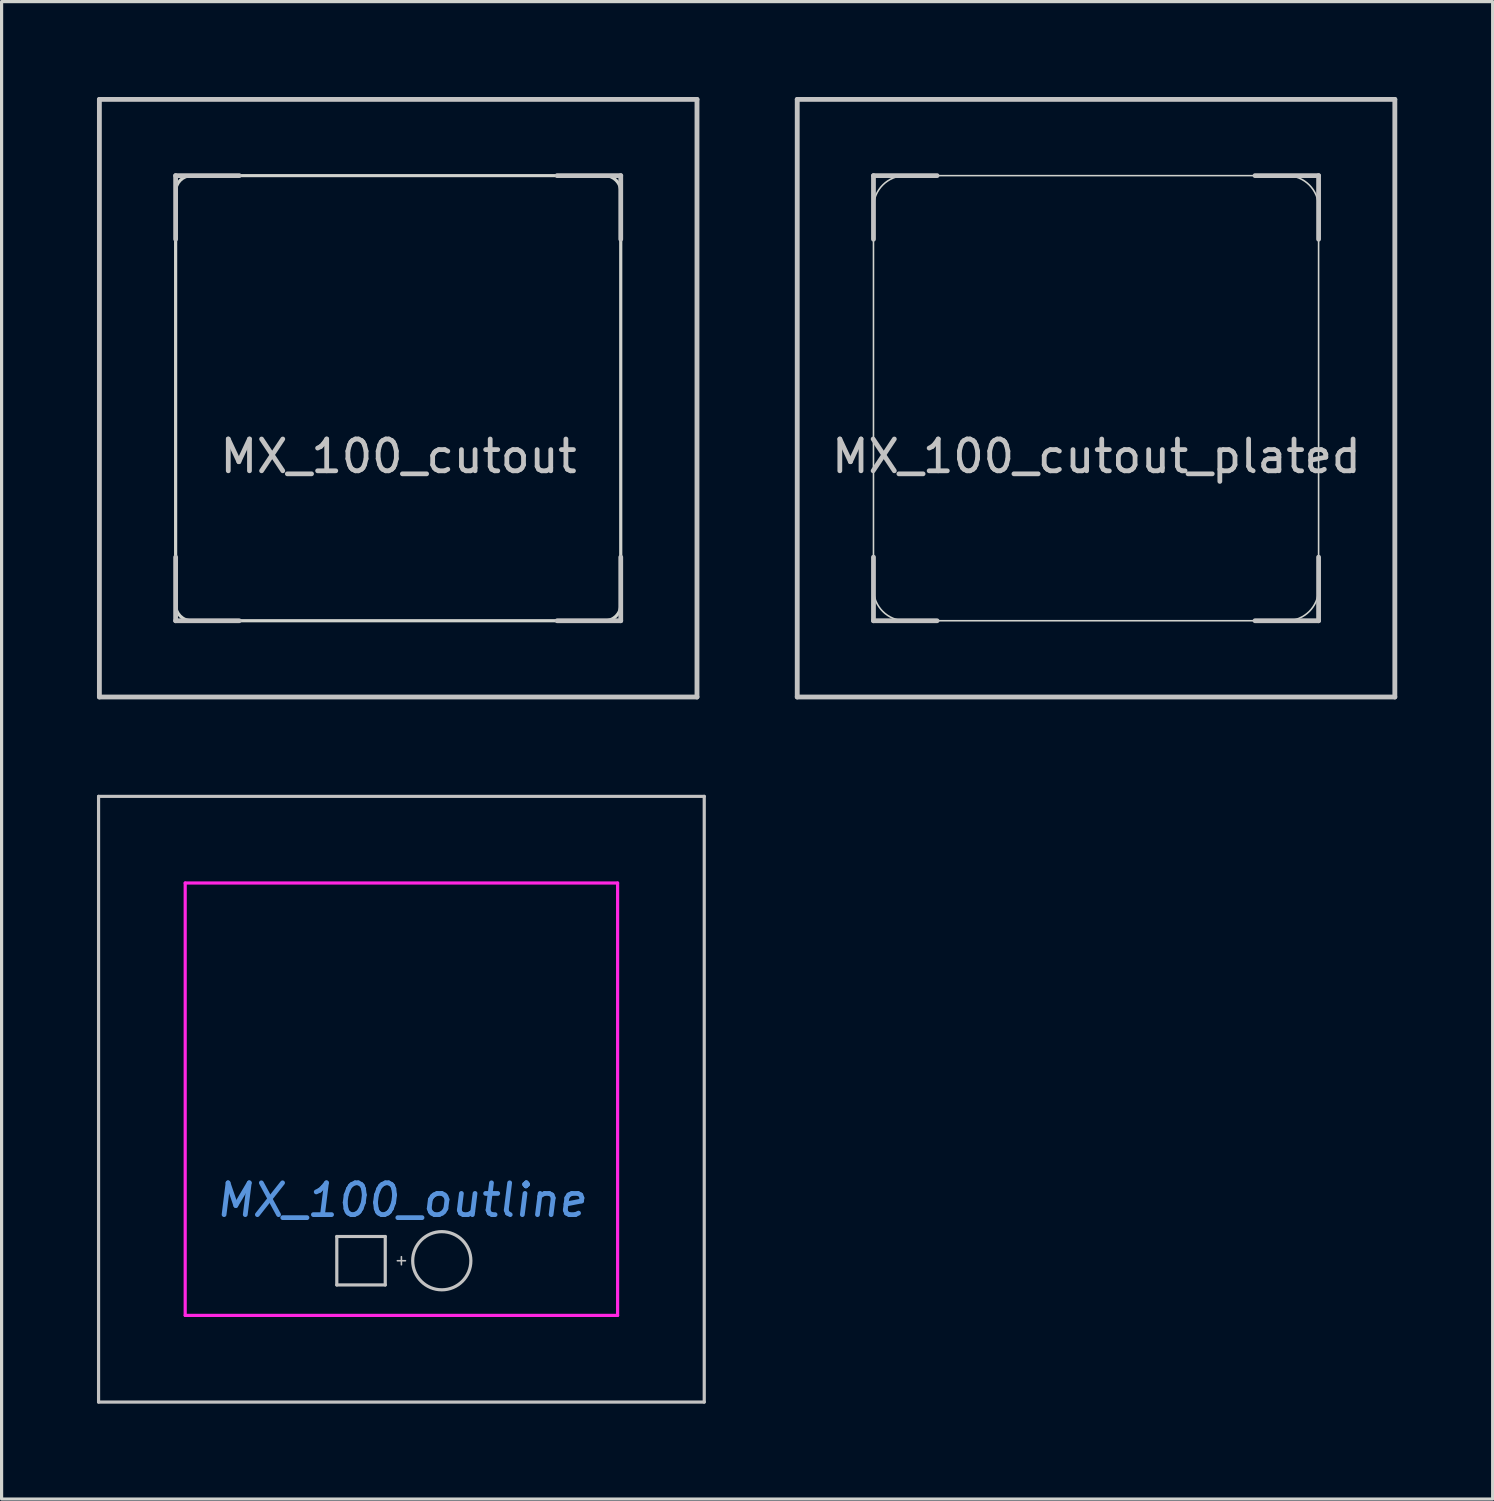
<source format=kicad_pcb>
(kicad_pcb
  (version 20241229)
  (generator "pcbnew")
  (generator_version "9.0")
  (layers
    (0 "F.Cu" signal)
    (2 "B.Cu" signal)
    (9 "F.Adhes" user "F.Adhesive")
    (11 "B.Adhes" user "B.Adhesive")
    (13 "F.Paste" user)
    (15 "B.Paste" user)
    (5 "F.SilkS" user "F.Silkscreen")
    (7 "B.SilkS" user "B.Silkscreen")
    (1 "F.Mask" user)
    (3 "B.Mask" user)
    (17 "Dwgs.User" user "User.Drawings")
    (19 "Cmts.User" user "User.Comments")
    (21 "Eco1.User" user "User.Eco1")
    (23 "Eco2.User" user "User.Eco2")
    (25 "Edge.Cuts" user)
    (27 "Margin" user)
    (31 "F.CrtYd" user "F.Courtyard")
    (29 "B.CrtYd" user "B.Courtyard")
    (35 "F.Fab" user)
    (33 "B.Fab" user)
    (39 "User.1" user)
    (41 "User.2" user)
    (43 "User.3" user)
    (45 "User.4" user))
  (footprint "MX_100_cutout"
    (layer "F.Cu")
    (at 9.474 9.474)
    (property "Reference" "MX_100_cutout" (at 0.013 1.829 0) (layer "Dwgs.User") (effects (font (size 1 1) (thickness 0.15))))
    (attr through_hole)
    (fp_line (start -9.398 -9.398) (end 9.398 -9.398) (stroke (width 0.152) (type solid)) (layer "Dwgs.User"))
    (fp_line (start -9.398 9.398) (end -9.398 -9.398) (stroke (width 0.152) (type solid)) (layer "Dwgs.User"))
    (fp_line (start -7 -7) (end -7 -5) (stroke (width 0.15) (type solid)) (layer "Dwgs.User"))
    (fp_line (start -7 5) (end -7 7) (stroke (width 0.15) (type solid)) (layer "Dwgs.User"))
    (fp_line (start -7 7) (end -5 7) (stroke (width 0.15) (type solid)) (layer "Dwgs.User"))
    (fp_line (start -5 -7) (end -7 -7) (stroke (width 0.15) (type solid)) (layer "Dwgs.User"))
    (fp_line (start 5 -7) (end 7 -7) (stroke (width 0.15) (type solid)) (layer "Dwgs.User"))
    (fp_line (start 5 7) (end 7 7) (stroke (width 0.15) (type solid)) (layer "Dwgs.User"))
    (fp_line (start 7 -7) (end 7 -5) (stroke (width 0.15) (type solid)) (layer "Dwgs.User"))
    (fp_line (start 7 7) (end 7 5) (stroke (width 0.15) (type solid)) (layer "Dwgs.User"))
    (fp_line (start 9.398 -9.398) (end 9.398 9.398) (stroke (width 0.152) (type solid)) (layer "Dwgs.User"))
    (fp_line (start 9.398 9.398) (end -9.398 9.398) (stroke (width 0.152) (type solid)) (layer "Dwgs.User"))
    (fp_line (start -6.985 -6.985) (end 6.985 -6.985) (stroke (width 0.152) (type solid)) (layer "Eco2.User"))
    (fp_line (start -6.985 -6.985) (end 6.985 -6.985) (stroke (width 0.152) (type solid)) (layer "Eco2.User"))
    (fp_line (start -6.985 6.985) (end -6.985 -6.985) (stroke (width 0.152) (type solid)) (layer "Eco2.User"))
    (fp_line (start -6.985 6.985) (end -6.985 -6.985) (stroke (width 0.152) (type solid)) (layer "Eco2.User"))
    (fp_line (start 6.985 -6.985) (end 6.985 6.985) (stroke (width 0.152) (type solid)) (layer "Eco2.User"))
    (fp_line (start 6.985 -6.985) (end 6.985 6.985) (stroke (width 0.152) (type solid)) (layer "Eco2.User"))
    (fp_line (start 6.985 6.985) (end -6.985 6.985) (stroke (width 0.152) (type solid)) (layer "Eco2.User"))
    (fp_line (start 6.985 6.985) (end -6.985 6.985) (stroke (width 0.152) (type solid)) (layer "Eco2.User"))
    (fp_line (start -7 6.5) (end -7 -6.5) (stroke (width 0.1) (type solid)) (layer "Edge.Cuts"))
    (fp_line (start 6.5 -7) (end -6.5 -7) (stroke (width 0.1) (type solid)) (layer "Edge.Cuts"))
    (fp_line (start 6.5 7) (end -6.5 7) (stroke (width 0.1) (type solid)) (layer "Edge.Cuts"))
    (fp_line (start 7 6.5) (end 7 -6.5) (stroke (width 0.1) (type solid)) (layer "Edge.Cuts"))
    (fp_arc (start -7 -6.5) (mid -6.853553 -6.853553) (end -6.5 -7) (stroke (width 0.1) (type solid)) (layer "Edge.Cuts"))
    (fp_arc (start -6.5 7) (mid -6.853553 6.853553) (end -7 6.5) (stroke (width 0.1) (type solid)) (layer "Edge.Cuts"))
    (fp_arc (start 6.5 -7) (mid 6.853553 -6.853553) (end 7 -6.5) (stroke (width 0.1) (type solid)) (layer "Edge.Cuts"))
    (fp_arc (start 7 6.5) (mid 6.853553 6.853553) (end 6.5 7) (stroke (width 0.1) (type solid)) (layer "Edge.Cuts")))
  (footprint "MX_100_outline"
    (layer "F.Cu")
    (at 9.55 31.536)
    (property "Reference" "MX_100_outline" (at 0.025 3.162 180) (layer "Cmts.User") (effects (font (size 1 1) (thickness 0.15) (italic yes))))
    (attr through_hole)
    (fp_line (start -9.5 -9.538) (end -9.5 9.512) (stroke (width 0.1) (type solid)) (layer "Dwgs.User"))
    (fp_line (start -9.5 9.512) (end 9.55 9.512) (stroke (width 0.1) (type solid)) (layer "Dwgs.User"))
    (fp_line (start -2.007 5.829) (end -2.007 4.305) (stroke (width 0.1) (type solid)) (layer "Dwgs.User"))
    (fp_line (start -2.007 5.829) (end -0.483 5.829) (stroke (width 0.1) (type solid)) (layer "Dwgs.User"))
    (fp_line (start -0.483 4.305) (end -2.007 4.305) (stroke (width 0.1) (type solid)) (layer "Dwgs.User"))
    (fp_line (start -0.483 4.305) (end -0.483 5.829) (stroke (width 0.1) (type solid)) (layer "Dwgs.User"))
    (fp_line (start 0.025 4.94) (end 0.025 5.194) (stroke (width 0.05) (type solid)) (layer "Dwgs.User"))
    (fp_line (start 0.152 5.067) (end -0.102 5.067) (stroke (width 0.05) (type solid)) (layer "Dwgs.User"))
    (fp_line (start 9.55 -9.538) (end -9.5 -9.538) (stroke (width 0.1) (type solid)) (layer "Dwgs.User"))
    (fp_line (start 9.55 9.512) (end 9.55 -9.538) (stroke (width 0.1) (type solid)) (layer "Dwgs.User"))
    (fp_circle (center 1.295 5.067) (end 0.38 5.067) (stroke (width 0.1) (type solid)) (fill no) (layer "Dwgs.User"))
    (fp_line (start -7.976 -5.728) (end -7.976 -3.188) (stroke (width 0.1) (type solid)) (layer "Eco1.User"))
    (fp_line (start -7.976 5.702) (end -7.976 3.162) (stroke (width 0.1) (type solid)) (layer "Eco1.User"))
    (fp_line (start -7.722 -5.982) (end -7.214 -5.982) (stroke (width 0.1) (type solid)) (layer "Eco1.User"))
    (fp_line (start -7.722 -2.934) (end -7.214 -2.934) (stroke (width 0.1) (type solid)) (layer "Eco1.User"))
    (fp_line (start -7.722 2.908) (end -7.214 2.908) (stroke (width 0.1) (type solid)) (layer "Eco1.User"))
    (fp_line (start -7.722 5.956) (end -7.214 5.956) (stroke (width 0.1) (type solid)) (layer "Eco1.User"))
    (fp_line (start -6.96 -6.236) (end -6.96 -6.744) (stroke (width 0.1) (type solid)) (layer "Eco1.User"))
    (fp_line (start -6.96 2.654) (end -6.96 -2.68) (stroke (width 0.1) (type solid)) (layer "Eco1.User"))
    (fp_line (start -6.96 6.21) (end -6.96 6.718) (stroke (width 0.1) (type solid)) (layer "Eco1.User"))
    (fp_line (start -6.706 -6.998) (end 6.756 -6.998) (stroke (width 0.1) (type solid)) (layer "Eco1.User"))
    (fp_line (start -6.706 6.972) (end 6.756 6.972) (stroke (width 0.1) (type solid)) (layer "Eco1.User"))
    (fp_line (start 0.025 -2.299) (end 0.025 2.273) (stroke (width 0.1) (type solid)) (layer "Eco1.User"))
    (fp_line (start 2.184 -0.013) (end -2.134 -0.013) (stroke (width 0.1) (type solid)) (layer "Eco1.User"))
    (fp_line (start 7.01 -6.236) (end 7.01 -6.744) (stroke (width 0.1) (type solid)) (layer "Eco1.User"))
    (fp_line (start 7.01 -2.68) (end 7.01 2.654) (stroke (width 0.1) (type solid)) (layer "Eco1.User"))
    (fp_line (start 7.01 6.21) (end 7.01 6.718) (stroke (width 0.1) (type solid)) (layer "Eco1.User"))
    (fp_line (start 7.772 -5.982) (end 7.264 -5.982) (stroke (width 0.1) (type solid)) (layer "Eco1.User"))
    (fp_line (start 7.772 -2.934) (end 7.264 -2.934) (stroke (width 0.1) (type solid)) (layer "Eco1.User"))
    (fp_line (start 7.772 2.908) (end 7.264 2.908) (stroke (width 0.1) (type solid)) (layer "Eco1.User"))
    (fp_line (start 7.772 5.956) (end 7.264 5.956) (stroke (width 0.1) (type solid)) (layer "Eco1.User"))
    (fp_line (start 8.026 -5.728) (end 8.026 -3.188) (stroke (width 0.1) (type solid)) (layer "Eco1.User"))
    (fp_line (start 8.026 5.702) (end 8.026 3.162) (stroke (width 0.1) (type solid)) (layer "Eco1.User"))
    (fp_arc (start -7.9756 -5.7277) (mid -7.901205 -5.907305) (end -7.7216 -5.9817) (stroke (width 0.1) (type solid)) (layer "Eco1.User"))
    (fp_arc (start -7.9756 3.1623) (mid -7.901205 2.982695) (end -7.7216 2.9083) (stroke (width 0.1) (type solid)) (layer "Eco1.User"))
    (fp_arc (start -7.7216 -2.9337) (mid -7.901205 -3.008095) (end -7.9756 -3.1877) (stroke (width 0.1) (type solid)) (layer "Eco1.User"))
    (fp_arc (start -7.7216 5.9563) (mid -7.901205 5.881905) (end -7.9756 5.7023) (stroke (width 0.1) (type solid)) (layer "Eco1.User"))
    (fp_arc (start -7.2136 -2.9337) (mid -7.033995 -2.859305) (end -6.9596 -2.6797) (stroke (width 0.1) (type solid)) (layer "Eco1.User"))
    (fp_arc (start -7.2136 5.9563) (mid -7.033995 6.030695) (end -6.9596 6.2103) (stroke (width 0.1) (type solid)) (layer "Eco1.User"))
    (fp_arc (start -6.9596 -6.7437) (mid -6.885205 -6.923305) (end -6.7056 -6.9977) (stroke (width 0.1) (type solid)) (layer "Eco1.User"))
    (fp_arc (start -6.9596 -6.2357) (mid -7.033995 -6.056095) (end -7.2136 -5.9817) (stroke (width 0.1) (type solid)) (layer "Eco1.User"))
    (fp_arc (start -6.9596 2.6543) (mid -7.033995 2.833905) (end -7.2136 2.9083) (stroke (width 0.1) (type solid)) (layer "Eco1.User"))
    (fp_arc (start -6.7056 6.9723) (mid -6.885205 6.897905) (end -6.9596 6.7183) (stroke (width 0.1) (type solid)) (layer "Eco1.User"))
    (fp_arc (start 6.7564 -6.9977) (mid 6.936005 -6.923305) (end 7.0104 -6.7437) (stroke (width 0.1) (type solid)) (layer "Eco1.User"))
    (fp_arc (start 7.0104 -2.6797) (mid 7.084795 -2.859305) (end 7.2644 -2.9337) (stroke (width 0.1) (type solid)) (layer "Eco1.User"))
    (fp_arc (start 7.0104 6.2103) (mid 7.084795 6.030695) (end 7.2644 5.9563) (stroke (width 0.1) (type solid)) (layer "Eco1.User"))
    (fp_arc (start 7.0104 6.7183) (mid 6.936005 6.897905) (end 6.7564 6.9723) (stroke (width 0.1) (type solid)) (layer "Eco1.User"))
    (fp_arc (start 7.2644 -5.9817) (mid 7.084795 -6.056095) (end 7.0104 -6.2357) (stroke (width 0.1) (type solid)) (layer "Eco1.User"))
    (fp_arc (start 7.2644 2.9083) (mid 7.084795 2.833905) (end 7.0104 2.6543) (stroke (width 0.1) (type solid)) (layer "Eco1.User"))
    (fp_arc (start 7.7724 -5.9817) (mid 7.952005 -5.907305) (end 8.0264 -5.7277) (stroke (width 0.1) (type solid)) (layer "Eco1.User"))
    (fp_arc (start 7.7724 2.9083) (mid 7.952005 2.982695) (end 8.0264 3.1623) (stroke (width 0.1) (type solid)) (layer "Eco1.User"))
    (fp_arc (start 8.0264 -3.1877) (mid 7.952005 -3.008095) (end 7.7724 -2.9337) (stroke (width 0.1) (type solid)) (layer "Eco1.User"))
    (fp_arc (start 8.0264 5.7023) (mid 7.952005 5.881905) (end 7.7724 5.9563) (stroke (width 0.1) (type solid)) (layer "Eco1.User"))
    (fp_circle (center 0.025 -0.013) (end -1.88 -0.013) (stroke (width 0.1) (type solid)) (fill no) (layer "Eco1.User"))
    (fp_line (start -6.775 -6.813) (end -6.775 6.787) (stroke (width 0.1) (type solid)) (layer "F.CrtYd"))
    (fp_line (start 6.825 -6.813) (end -6.775 -6.813) (stroke (width 0.1) (type solid)) (layer "F.CrtYd"))
    (fp_line (start 6.825 -6.813) (end 6.825 6.787) (stroke (width 0.1) (type solid)) (layer "F.CrtYd"))
    (fp_line (start 6.825 6.787) (end -6.775 6.787) (stroke (width 0.1) (type solid)) (layer "F.CrtYd")))
  (footprint "MX_100_cutout_plated"
    (layer "F.Cu")
    (at 31.423 9.474)
    (property "Reference" "MX_100_cutout_plated" (at 0.013 1.829 0) (layer "Dwgs.User") (effects (font (size 1 1) (thickness 0.15))))
    (attr through_hole)
    (fp_line (start -7 6) (end -7 -6) (stroke (width 2) (type solid)) (layer "F.Mask"))
    (fp_line (start -6 7) (end 6 7) (stroke (width 2) (type solid)) (layer "F.Mask"))
    (fp_line (start 6 -7) (end -6 -7) (stroke (width 2) (type solid)) (layer "F.Mask"))
    (fp_line (start 7 -6) (end 7 6) (stroke (width 2) (type solid)) (layer "F.Mask"))
    (fp_arc (start -7 -6) (mid -6.707107 -6.707107) (end -6 -7) (stroke (width 2) (type solid)) (layer "F.Mask"))
    (fp_arc (start -6 7) (mid -6.707107 6.707107) (end -7 6) (stroke (width 2) (type solid)) (layer "F.Mask"))
    (fp_arc (start 6 -7) (mid 6.707107 -6.707107) (end 7 -6) (stroke (width 2) (type solid)) (layer "F.Mask"))
    (fp_arc (start 7 6) (mid 6.707107 6.707107) (end 6 7) (stroke (width 2) (type solid)) (layer "F.Mask"))
    (fp_line (start -7 6) (end -7 -6) (stroke (width 2) (type solid)) (layer "B.Mask"))
    (fp_line (start 6 -7) (end -6 -7) (stroke (width 2) (type solid)) (layer "B.Mask"))
    (fp_line (start 6 7) (end -6 7) (stroke (width 2) (type solid)) (layer "B.Mask"))
    (fp_line (start 7 6) (end 7 -6) (stroke (width 2) (type solid)) (layer "B.Mask"))
    (fp_arc (start -7 -6) (mid -6.707107 -6.707107) (end -6 -7) (stroke (width 2) (type solid)) (layer "B.Mask"))
    (fp_arc (start -6 7) (mid -6.707107 6.707107) (end -7 6) (stroke (width 2) (type solid)) (layer "B.Mask"))
    (fp_arc (start 6 -7) (mid 6.707107 -6.707107) (end 7 -6) (stroke (width 2) (type solid)) (layer "B.Mask"))
    (fp_arc (start 7 6) (mid 6.707107 6.707107) (end 6 7) (stroke (width 2) (type solid)) (layer "B.Mask"))
    (fp_line (start -9.398 -9.398) (end 9.398 -9.398) (stroke (width 0.152) (type solid)) (layer "Dwgs.User"))
    (fp_line (start -9.398 9.398) (end -9.398 -9.398) (stroke (width 0.152) (type solid)) (layer "Dwgs.User"))
    (fp_line (start -7 -7) (end -7 -5) (stroke (width 0.15) (type solid)) (layer "Dwgs.User"))
    (fp_line (start -7 5) (end -7 7) (stroke (width 0.15) (type solid)) (layer "Dwgs.User"))
    (fp_line (start -7 7) (end -5 7) (stroke (width 0.15) (type solid)) (layer "Dwgs.User"))
    (fp_line (start -5 -7) (end -7 -7) (stroke (width 0.15) (type solid)) (layer "Dwgs.User"))
    (fp_line (start 5 -7) (end 7 -7) (stroke (width 0.15) (type solid)) (layer "Dwgs.User"))
    (fp_line (start 5 7) (end 7 7) (stroke (width 0.15) (type solid)) (layer "Dwgs.User"))
    (fp_line (start 7 -7) (end 7 -5) (stroke (width 0.15) (type solid)) (layer "Dwgs.User"))
    (fp_line (start 7 7) (end 7 5) (stroke (width 0.15) (type solid)) (layer "Dwgs.User"))
    (fp_line (start 9.398 -9.398) (end 9.398 9.398) (stroke (width 0.152) (type solid)) (layer "Dwgs.User"))
    (fp_line (start 9.398 9.398) (end -9.398 9.398) (stroke (width 0.152) (type solid)) (layer "Dwgs.User"))
    (fp_line (start -7 6) (end -7 -6) (stroke (width 0.05) (type solid)) (layer "Edge.Cuts"))
    (fp_line (start -6 -7) (end 6 -7) (stroke (width 0.05) (type solid)) (layer "Edge.Cuts"))
    (fp_line (start -6 7) (end 6 7) (stroke (width 0.05) (type solid)) (layer "Edge.Cuts"))
    (fp_line (start 7 -6) (end 7 6) (stroke (width 0.05) (type solid)) (layer "Edge.Cuts"))
    (fp_arc (start -7 -6) (mid -6.707107 -6.707107) (end -6 -7) (stroke (width 0.05) (type solid)) (layer "Edge.Cuts"))
    (fp_arc (start -6 7) (mid -6.707107 6.707107) (end -7 6) (stroke (width 0.05) (type solid)) (layer "Edge.Cuts"))
    (fp_arc (start 6 -7) (mid 6.707107 -6.707107) (end 7 -6) (stroke (width 0.05) (type solid)) (layer "Edge.Cuts"))
    (fp_arc (start 7 6) (mid 6.707107 6.707107) (end 6 7) (stroke (width 0.05) (type solid)) (layer "Edge.Cuts")))
  (gr_rect
    (start -3 -3)
    (end 43.897 44.098)
    (stroke (width 0.1) (type default))
    (fill no)
    (layer "Edge.Cuts")))
</source>
